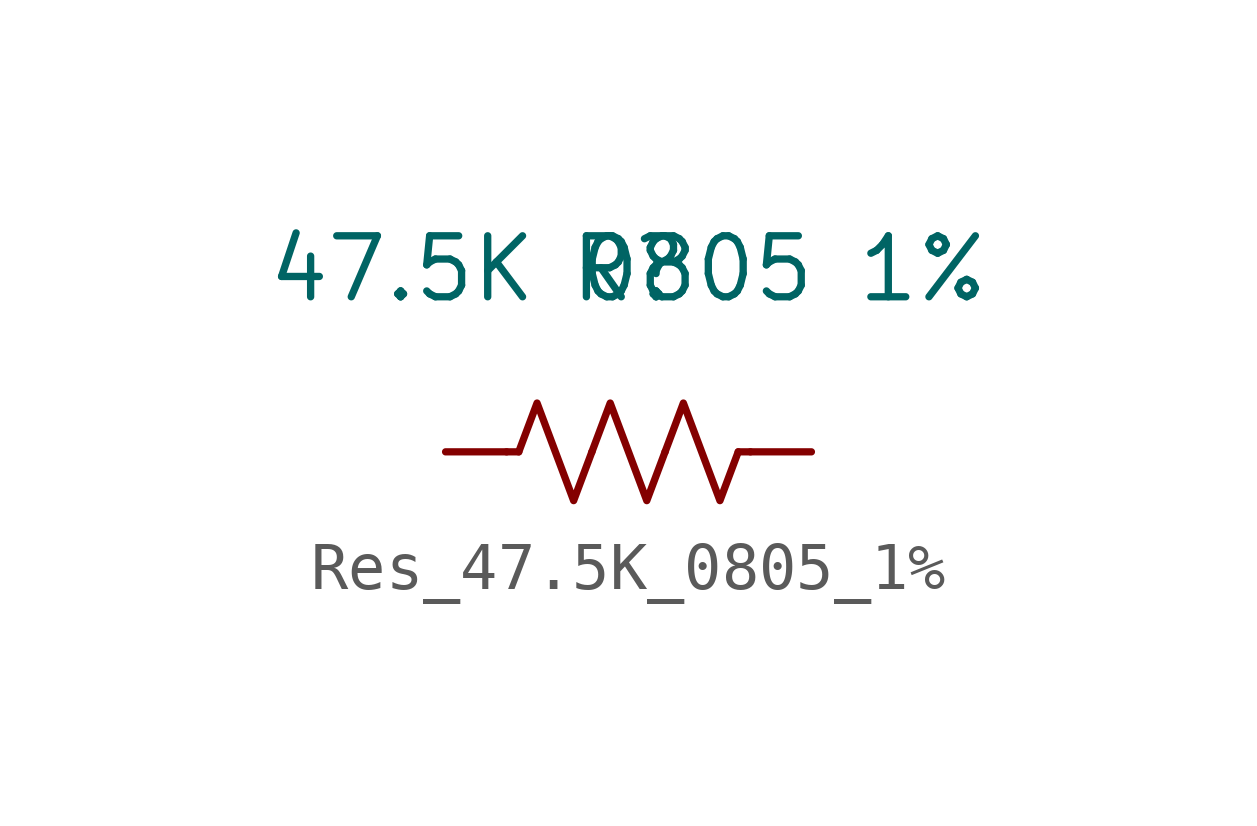
<source format=kicad_sym>
(kicad_symbol_lib
  (version 20231120)
  (generator "kicad_symbol_editor")
  (generator_version "8.0")
  (symbol "Res_47.5K_0805_1%"
    (pin_numbers hide)
    (pin_names hide)
    (property "Reference" "R"
      (at 0 0 0)
      (effects (font (size 1.27 1.27))))
    (property "Value" "47.5K 0805 1%"
      (at 0 0 0)
      (effects (font (size 1.27 1.27))))
    (symbol "Res_47.5K_0805_1%_0_1"
      (polyline (pts (xy -2.286 -3.81) (xy -2.54 -3.81)) (stroke (width 0) (type default)) (fill (type none)))
      (polyline (pts (xy 2.286 -3.81) (xy 2.54 -3.81)) (stroke (width 0) (type default)) (fill (type none)))
      (polyline (pts (xy -2.286 -3.81) (xy -1.905 -2.794) (xy -1.524 -3.81) (xy -1.143 -4.826) (xy -0.762 -3.81)) (stroke (width 0) (type default)) (fill (type none)))
      (polyline (pts (xy 0.762 -3.81) (xy 1.143 -2.794) (xy 1.524 -3.81) (xy 1.905 -4.826) (xy 2.286 -3.81)) (stroke (width 0) (type default)) (fill (type none))))
    (symbol "Res_47.5K_0805_1%_1_1"
      (polyline (pts (xy -0.762 -3.81) (xy -0.381 -2.794) (xy 0 -3.81) (xy 0.381 -4.826) (xy 0.762 -3.81)) (stroke (width 0) (type default)) (fill (type none)))
      (pin passive line (at -3.81 -3.81 0) (length 1.27) (name "~" (effects (font (size 1.27 1.27)))) (number "1" (effects (font (size 1.27 1.27)))))
      (pin passive line (at 3.81 -3.81 180) (length 1.27) (name "~" (effects (font (size 1.27 1.27)))) (number "2" (effects (font (size 1.27 1.27))))))))
</source>
